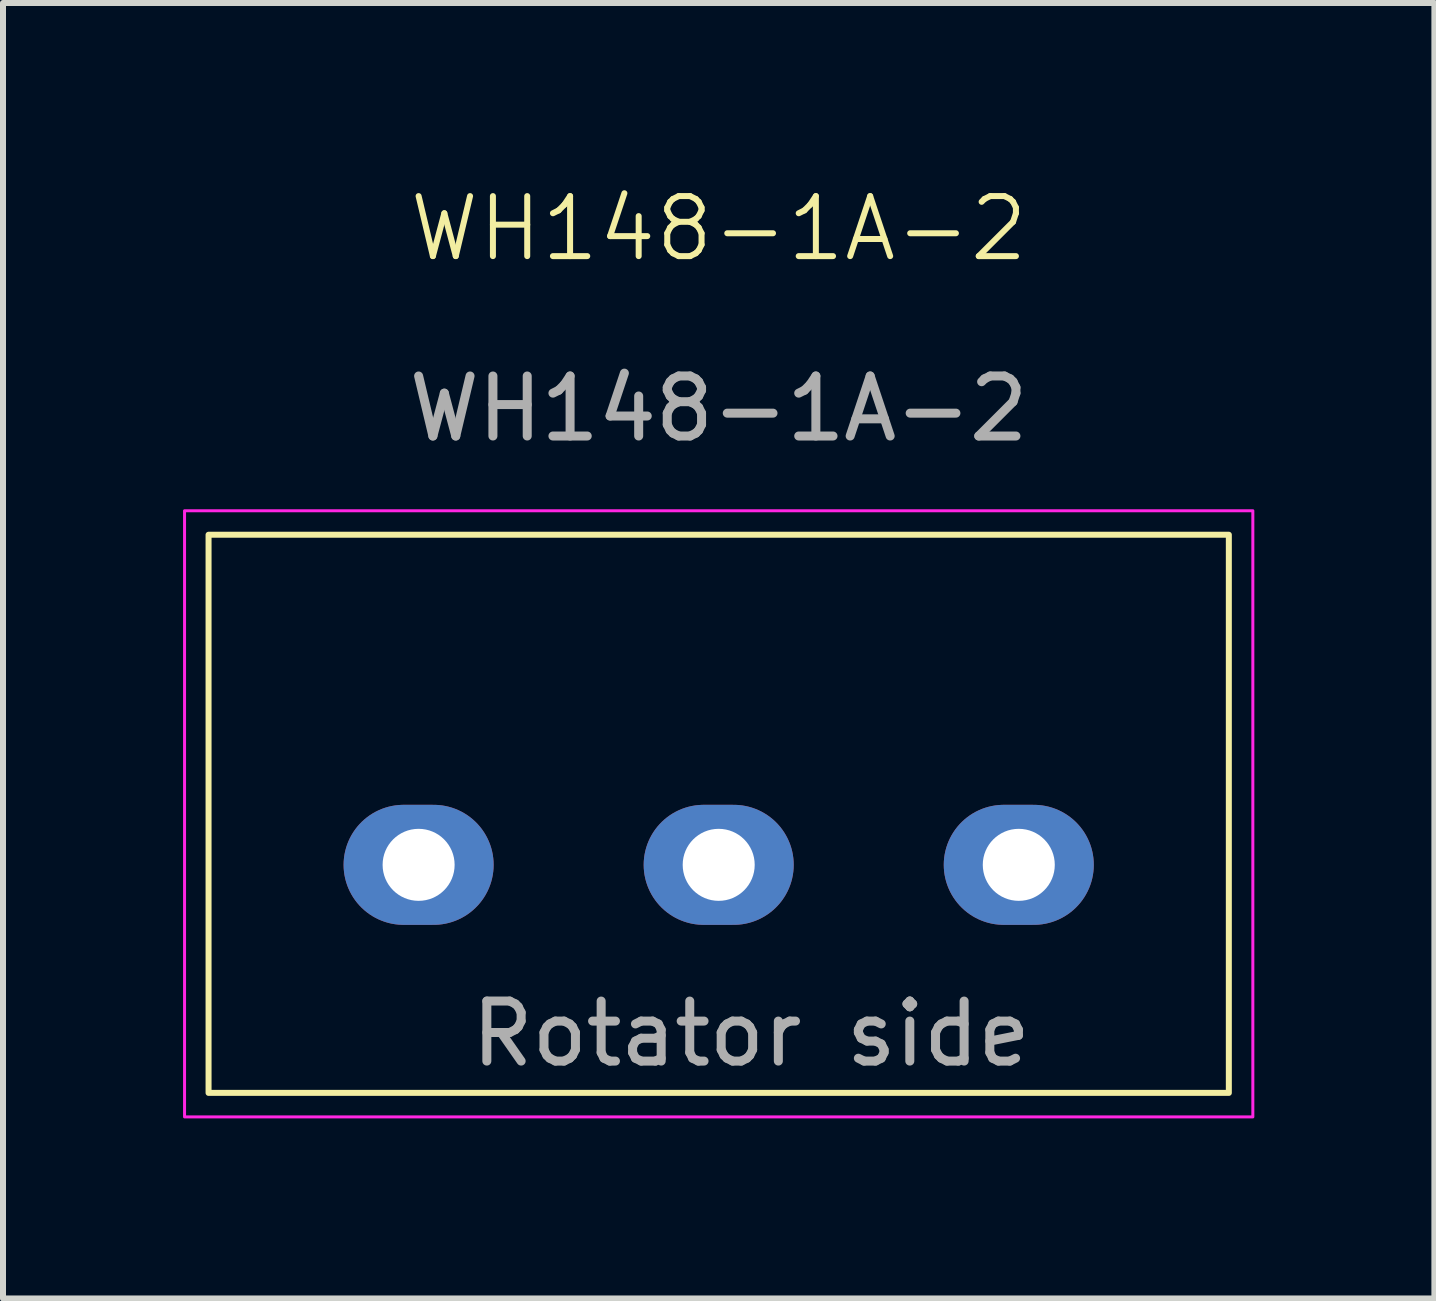
<source format=kicad_pcb>
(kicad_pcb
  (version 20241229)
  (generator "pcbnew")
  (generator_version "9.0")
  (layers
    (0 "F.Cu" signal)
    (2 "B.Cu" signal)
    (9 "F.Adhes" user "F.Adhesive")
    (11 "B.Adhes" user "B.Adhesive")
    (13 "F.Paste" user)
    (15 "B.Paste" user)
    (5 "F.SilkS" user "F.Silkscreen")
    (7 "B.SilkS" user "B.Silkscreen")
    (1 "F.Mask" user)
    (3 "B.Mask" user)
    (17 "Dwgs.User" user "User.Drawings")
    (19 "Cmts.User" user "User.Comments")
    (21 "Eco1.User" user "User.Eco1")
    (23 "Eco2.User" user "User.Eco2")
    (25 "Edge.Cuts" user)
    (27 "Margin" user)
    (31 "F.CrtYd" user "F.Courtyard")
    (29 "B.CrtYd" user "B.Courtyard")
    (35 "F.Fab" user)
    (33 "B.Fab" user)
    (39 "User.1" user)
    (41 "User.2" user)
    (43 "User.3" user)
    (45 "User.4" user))
  (footprint "WH148-1A-2"
    (layer "F.Cu")
    (at 8.925 1.26)
    (property "Reference" "WH148-1A-2" (at 0 -0.5 0) (unlocked yes) (layer "F.SilkS") (effects (font (size 1 1) (thickness 0.1))))
    (attr smd)
    (fp_rect (start -8.5 4.6) (end 8.5 13.9) (stroke (width 0.1) (type solid)) (fill no) (layer "F.SilkS"))
    (fp_rect (start -8.9 4.2) (end 8.9 14.3) (stroke (width 0.05) (type default)) (fill no) (layer "F.CrtYd"))
    (fp_text user "Rotator side" (at -4.2 13.5 0) (unlocked yes) (layer "F.Fab") (effects (font (size 1 1) (thickness 0.15)) (justify left bottom)))
    (fp_text user "${REFERENCE}" (at 0 2.5 0) (unlocked yes) (layer "F.Fab") (effects (font (size 1 1) (thickness 0.15))))
    (pad "1" thru_hole oval (at -5 10.1 180) (size 2.5 2) (drill oval 1.2) (layers "*.Cu" "*.Mask"))
    (pad "2" thru_hole oval (at 0 10.1 180) (size 2.5 2) (drill oval 1.2) (layers "*.Cu" "*.Mask"))
    (pad "3" thru_hole oval (at 5 10.1 180) (size 2.5 2) (drill oval 1.2) (layers "*.Cu" "*.Mask")))
  (gr_rect
    (start -3 -3)
    (end 20.85 18.585)
    (stroke (width 0.1) (type default))
    (fill no)
    (layer "Edge.Cuts")))
</source>
